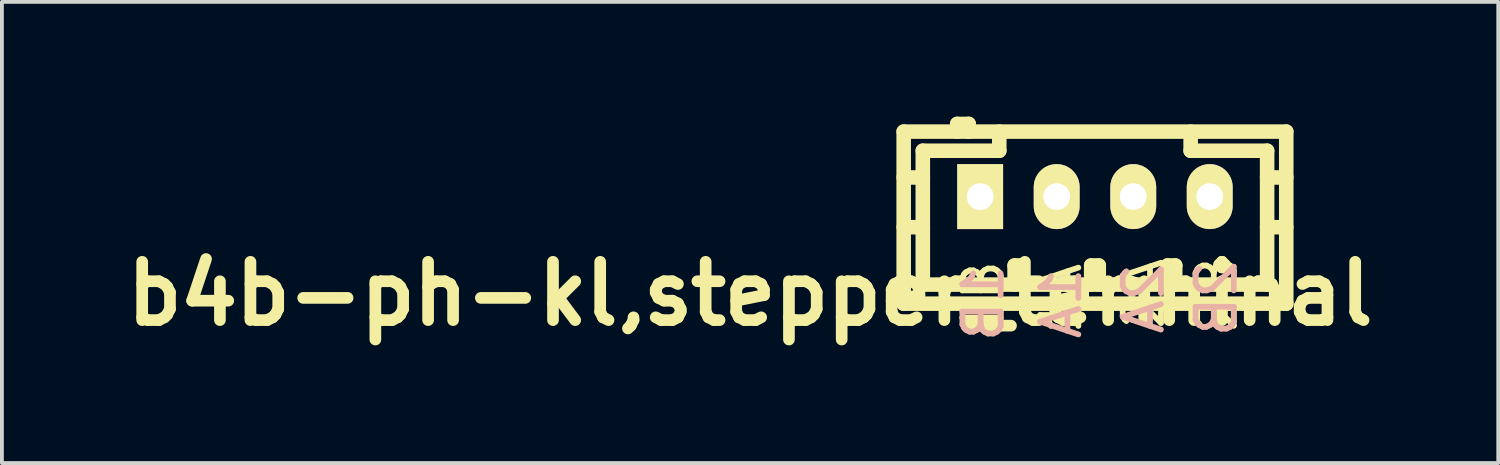
<source format=kicad_pcb>
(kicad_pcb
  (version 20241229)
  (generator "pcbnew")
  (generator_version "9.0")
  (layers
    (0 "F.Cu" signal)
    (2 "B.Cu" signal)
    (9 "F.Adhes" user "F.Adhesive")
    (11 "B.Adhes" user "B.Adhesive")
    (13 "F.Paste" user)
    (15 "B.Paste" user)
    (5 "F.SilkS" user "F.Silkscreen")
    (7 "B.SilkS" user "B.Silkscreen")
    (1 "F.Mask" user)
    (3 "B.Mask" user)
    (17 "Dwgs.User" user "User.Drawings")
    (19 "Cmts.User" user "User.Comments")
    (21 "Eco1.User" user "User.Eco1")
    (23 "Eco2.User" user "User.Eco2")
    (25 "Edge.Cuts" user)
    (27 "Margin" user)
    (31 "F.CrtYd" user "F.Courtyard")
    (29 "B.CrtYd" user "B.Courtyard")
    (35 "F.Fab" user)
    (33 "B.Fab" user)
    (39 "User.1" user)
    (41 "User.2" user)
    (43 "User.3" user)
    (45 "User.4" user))
  (footprint "b4b-ph-kl,stepper_terminal"
    (layer "F.Cu")
    (at 25.578 2.09)
    (property "Reference" "b4b-ph-kl,stepper_terminal" (at -9.017 2.54 0) (layer "F.SilkS") (effects (font (size 1.524 1.524) (thickness 0.305))))
    (attr through_hole)
    (fp_line (start -5.001 -1.699) (end -5.001 2.799) (stroke (width 0.381) (type solid)) (layer "F.SilkS"))
    (fp_line (start -5.001 -1.699) (end 5.001 -1.699) (stroke (width 0.381) (type solid)) (layer "F.SilkS"))
    (fp_line (start -5.001 2.799) (end 5.001 2.799) (stroke (width 0.381) (type solid)) (layer "F.SilkS"))
    (fp_line (start -4.501 -1.199) (end -4.501 2.301) (stroke (width 0.381) (type solid)) (layer "F.SilkS"))
    (fp_line (start -4.501 -0.5) (end -5.001 -0.5) (stroke (width 0.381) (type solid)) (layer "F.SilkS"))
    (fp_line (start -4.501 0.8) (end -5.001 0.8) (stroke (width 0.381) (type solid)) (layer "F.SilkS"))
    (fp_line (start -3.602 -1.9) (end -3.602 -1.699) (stroke (width 0.381) (type solid)) (layer "F.SilkS"))
    (fp_line (start -3.302 -1.9) (end -3.602 -1.9) (stroke (width 0.381) (type solid)) (layer "F.SilkS"))
    (fp_line (start -3.302 -1.699) (end -3.302 -1.9) (stroke (width 0.381) (type solid)) (layer "F.SilkS"))
    (fp_line (start -2.502 -1.699) (end -2.502 -1.199) (stroke (width 0.381) (type solid)) (layer "F.SilkS"))
    (fp_line (start -2.502 -1.199) (end -4.501 -1.199) (stroke (width 0.381) (type solid)) (layer "F.SilkS"))
    (fp_line (start -2.101 1.801) (end -1.902 1.801) (stroke (width 0.381) (type solid)) (layer "F.SilkS"))
    (fp_line (start -2.101 2.301) (end -2.101 1.801) (stroke (width 0.381) (type solid)) (layer "F.SilkS"))
    (fp_line (start -1.902 1.801) (end -1.902 2.301) (stroke (width 0.381) (type solid)) (layer "F.SilkS"))
    (fp_line (start -0.099 1.801) (end 0.099 1.801) (stroke (width 0.381) (type solid)) (layer "F.SilkS"))
    (fp_line (start -0.099 2.301) (end -0.099 1.801) (stroke (width 0.381) (type solid)) (layer "F.SilkS"))
    (fp_line (start 0.099 1.801) (end 0.099 2.301) (stroke (width 0.381) (type solid)) (layer "F.SilkS"))
    (fp_line (start 1.9 1.801) (end 2.098 1.801) (stroke (width 0.381) (type solid)) (layer "F.SilkS"))
    (fp_line (start 1.9 2.301) (end 1.9 1.801) (stroke (width 0.381) (type solid)) (layer "F.SilkS"))
    (fp_line (start 2.098 1.801) (end 2.098 2.301) (stroke (width 0.381) (type solid)) (layer "F.SilkS"))
    (fp_line (start 2.502 -1.199) (end 2.502 -1.699) (stroke (width 0.381) (type solid)) (layer "F.SilkS"))
    (fp_line (start 4.501 -1.199) (end 2.502 -1.199) (stroke (width 0.381) (type solid)) (layer "F.SilkS"))
    (fp_line (start 4.501 0.8) (end 5.001 0.8) (stroke (width 0.381) (type solid)) (layer "F.SilkS"))
    (fp_line (start 4.501 2.301) (end -4.501 2.301) (stroke (width 0.381) (type solid)) (layer "F.SilkS"))
    (fp_line (start 4.501 2.301) (end 4.501 -1.199) (stroke (width 0.381) (type solid)) (layer "F.SilkS"))
    (fp_line (start 5.001 -1.699) (end 5.001 2.799) (stroke (width 0.381) (type solid)) (layer "F.SilkS"))
    (fp_line (start 5.001 -0.5) (end 4.501 -0.5) (stroke (width 0.381) (type solid)) (layer "F.SilkS"))
    (fp_text user "2A" (at 1.27 2.54 270) (layer "F.SilkS") (effects (font (size 1 1) (thickness 0.15))))
    (fp_text user "2B" (at 3.175 2.54 90) (layer "F.SilkS") (effects (font (size 1 1) (thickness 0.15))))
    (fp_text user "1B" (at -2.921 2.667 270) (layer "F.SilkS") (effects (font (size 1 1) (thickness 0.15))))
    (fp_text user "1A" (at -0.889 2.667 270) (layer "F.SilkS") (effects (font (size 1 1) (thickness 0.15))))
    (fp_text user "1B" (at -2.921 2.794 270) (layer "B.SilkS") (effects (font (size 1 1) (thickness 0.15)) (justify mirror)))
    (fp_text user "2B" (at 3.175 2.667 90) (layer "B.SilkS") (effects (font (size 1 1) (thickness 0.15)) (justify mirror)))
    (fp_text user "2A" (at 1.27 2.667 270) (layer "B.SilkS") (effects (font (size 1 1) (thickness 0.15)) (justify mirror)))
    (fp_text user "1A" (at -0.889 2.794 270) (layer "B.SilkS") (effects (font (size 1 1) (thickness 0.15)) (justify mirror)))
    (pad "1" thru_hole rect (at -3.002 0) (size 1.199 1.699) (drill 0.701) (layers "*.Cu" "*.Mask" "F.SilkS"))
    (pad "2" thru_hole oval (at -1.001 0) (size 1.199 1.699) (drill 0.701) (layers "*.Cu" "*.Mask" "F.SilkS"))
    (pad "3" thru_hole oval (at 1.001 0) (size 1.199 1.699) (drill 0.701) (layers "*.Cu" "*.Mask" "F.SilkS"))
    (pad "4" thru_hole oval (at 3 0) (size 1.199 1.699) (drill 0.701) (layers "*.Cu" "*.Mask" "F.SilkS")))
  (gr_rect
    (start -3 -3)
    (end 36.122 9.057)
    (stroke (width 0.1) (type default))
    (fill no)
    (layer "Edge.Cuts")))
</source>
